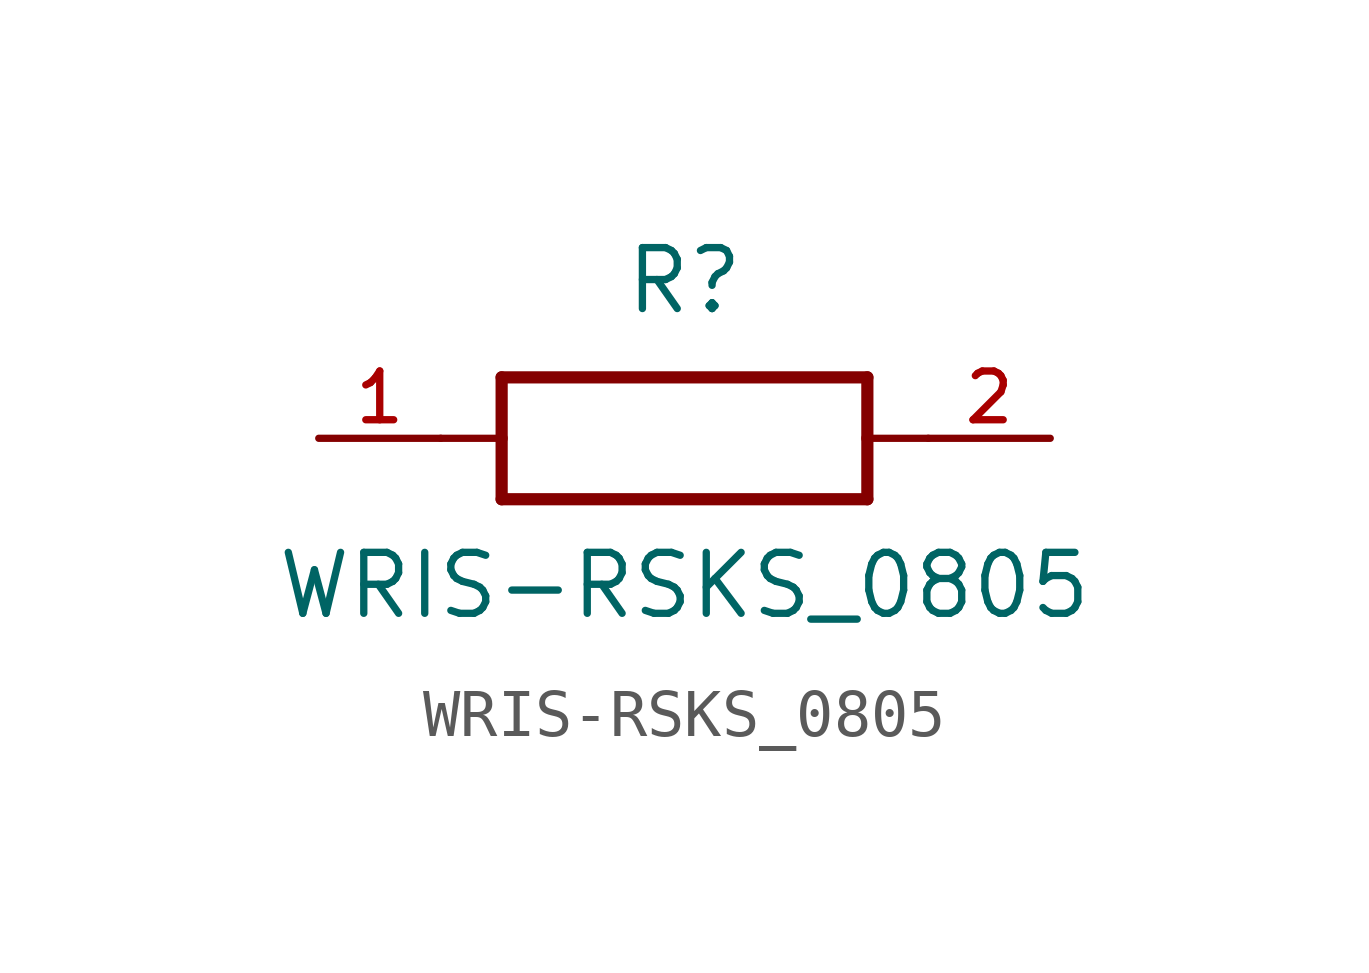
<source format=kicad_sym>
(kicad_symbol_lib
  (version 20211014)
  (generator kicad_symbol_editor)
  (symbol "WRIS-RSKS_0805"
    (pin_names
      (offset 1.016))
    (property "Reference" "R"
      (at 0.0 2.54 0)
      (effects (font (size 1.27 1.27)) (justify bottom)))
    (property "Value" "WRIS-RSKS_0805"
      (at 0.0 -3.81 0)
      (effects (font (size 1.27 1.27)) (justify bottom)))
    (symbol "WRIS-RSKS_0805_0_0"
      (polyline (pts (xy -3.81 1.27) (xy -3.81 0.0)) (stroke (width 0.254)))
      (polyline (pts (xy -3.81 0.0) (xy -3.81 -1.27)) (stroke (width 0.254)))
      (polyline (pts (xy -3.81 -1.27) (xy 3.81 -1.27)) (stroke (width 0.254)))
      (polyline (pts (xy 3.81 -1.27) (xy 3.81 0.0)) (stroke (width 0.254)))
      (polyline (pts (xy 3.81 0.0) (xy 3.81 1.27)) (stroke (width 0.254)))
      (polyline (pts (xy 3.81 1.27) (xy -3.81 1.27)) (stroke (width 0.254)))
      (polyline (pts (xy -5.08 0.0) (xy -3.81 0.0)) (stroke (width 0.152)))
      (polyline (pts (xy 3.81 0.0) (xy 5.08 0.0)) (stroke (width 0.152)))
      (pin passive line (at -7.62 0.0 0) (length 2.54) (name "~" (effects (font (size 1.016 1.016)))) (number "1" (effects (font (size 1.016 1.016)))))
      (pin passive line (at 7.62 0.0 180.0) (length 2.54) (name "~" (effects (font (size 1.016 1.016)))) (number "2" (effects (font (size 1.016 1.016))))))))
</source>
